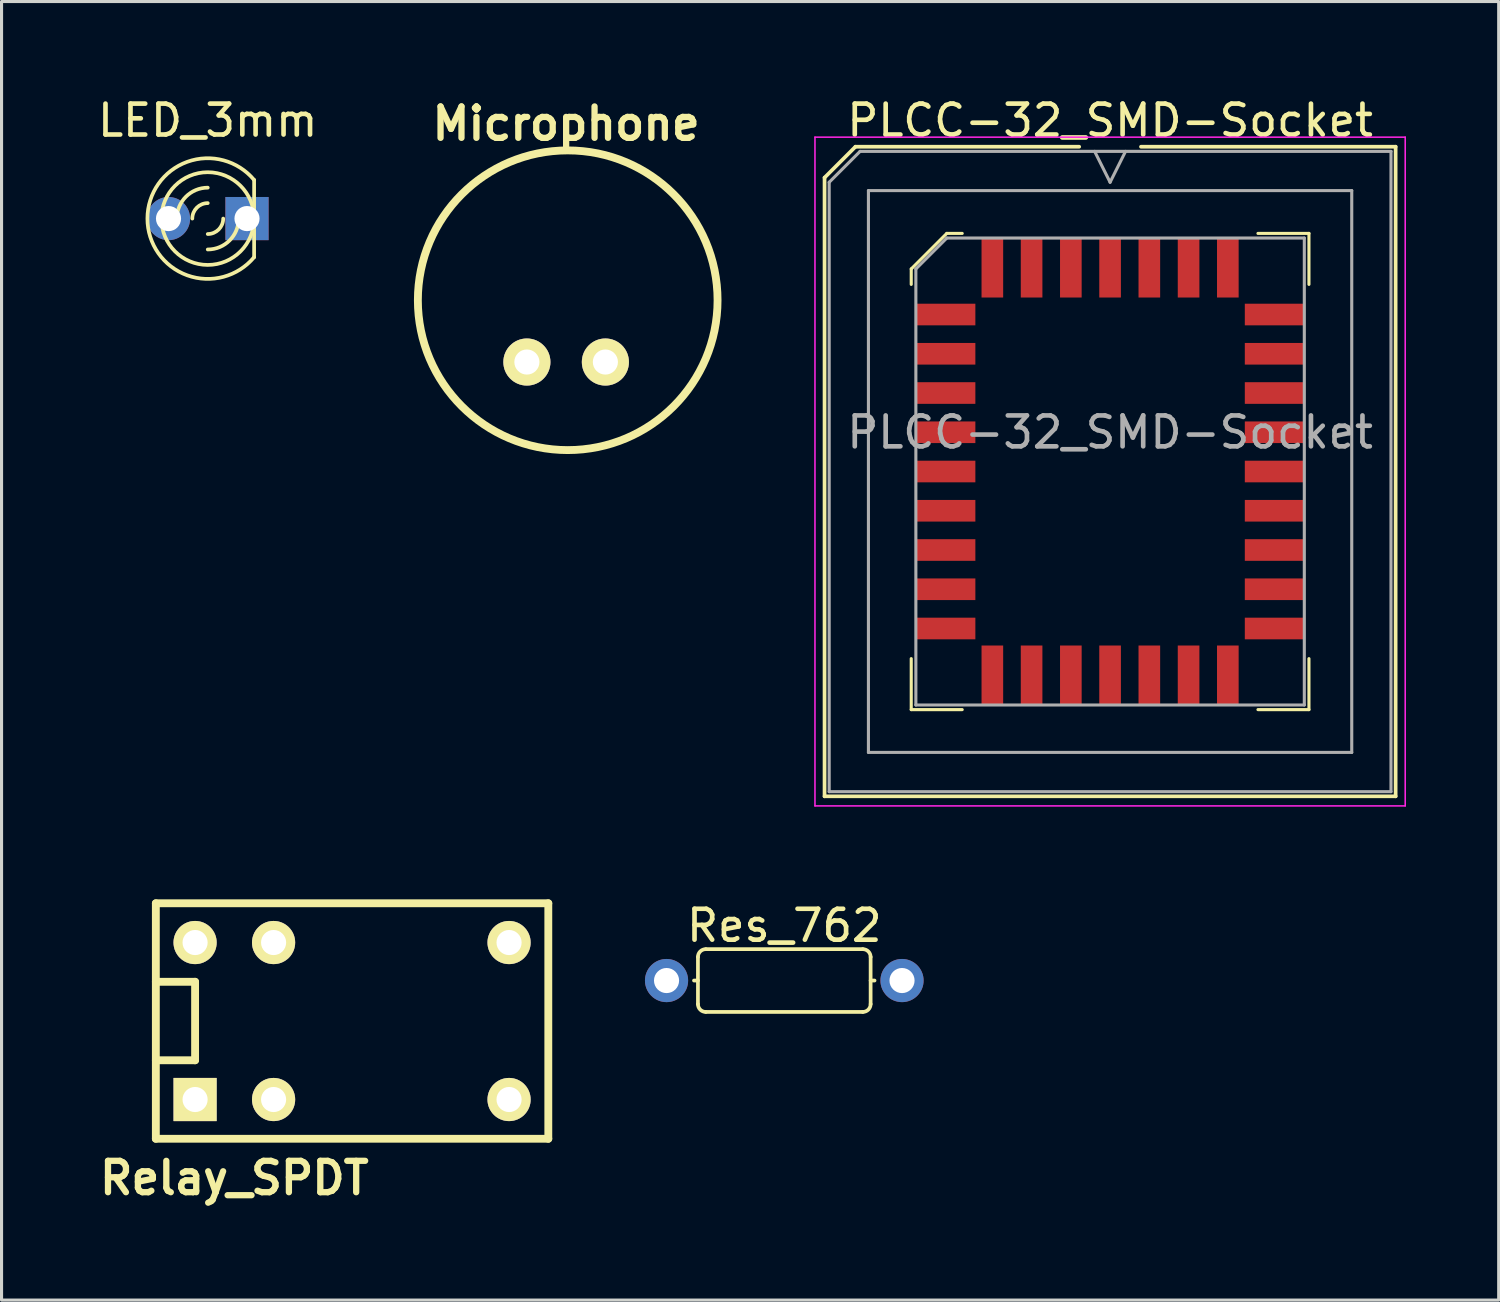
<source format=kicad_pcb>
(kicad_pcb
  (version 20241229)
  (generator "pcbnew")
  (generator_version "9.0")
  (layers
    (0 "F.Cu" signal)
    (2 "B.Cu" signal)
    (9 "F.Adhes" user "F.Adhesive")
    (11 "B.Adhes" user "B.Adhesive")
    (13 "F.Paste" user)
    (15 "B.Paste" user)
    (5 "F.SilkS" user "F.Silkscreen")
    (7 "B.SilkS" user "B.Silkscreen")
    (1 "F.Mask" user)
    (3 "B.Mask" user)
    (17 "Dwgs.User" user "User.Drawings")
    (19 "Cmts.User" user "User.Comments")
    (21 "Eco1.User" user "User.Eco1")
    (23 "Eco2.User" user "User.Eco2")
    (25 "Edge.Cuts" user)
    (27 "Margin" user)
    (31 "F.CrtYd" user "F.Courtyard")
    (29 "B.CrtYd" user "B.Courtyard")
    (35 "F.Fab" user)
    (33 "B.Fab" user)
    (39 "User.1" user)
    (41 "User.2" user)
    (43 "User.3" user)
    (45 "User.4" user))
  (footprint "Relay_SPDT"
    (layer "F.Cu")
    (at 8.343 29.99)
    (property "Reference" "Relay_SPDT" (at -3.81 5.08 0) (layer "F.SilkS") (effects (font (size 1.016 1.016) (thickness 0.203))))
    (attr through_hole)
    (fp_line (start -6.35 -3.81) (end -6.35 3.81) (stroke (width 0.254) (type solid)) (layer "F.SilkS"))
    (fp_line (start -6.35 -1.27) (end -5.08 -1.27) (stroke (width 0.254) (type solid)) (layer "F.SilkS"))
    (fp_line (start -6.35 3.81) (end 6.35 3.81) (stroke (width 0.254) (type solid)) (layer "F.SilkS"))
    (fp_line (start -5.08 -1.27) (end -5.08 1.27) (stroke (width 0.254) (type solid)) (layer "F.SilkS"))
    (fp_line (start -5.08 1.27) (end -6.35 1.27) (stroke (width 0.254) (type solid)) (layer "F.SilkS"))
    (fp_line (start 6.35 -3.81) (end -6.35 -3.81) (stroke (width 0.254) (type solid)) (layer "F.SilkS"))
    (fp_line (start 6.35 3.81) (end 6.35 -3.81) (stroke (width 0.254) (type solid)) (layer "F.SilkS"))
    (pad "1" thru_hole rect (at -5.08 2.54) (size 1.397 1.397) (drill 0.813) (layers "*.Cu" "*.Mask" "F.SilkS"))
    (pad "2" thru_hole circle (at -2.54 2.54) (size 1.397 1.397) (drill 0.813) (layers "*.Cu" "*.Mask" "F.SilkS"))
    (pad "5" thru_hole circle (at 5.08 2.54) (size 1.397 1.397) (drill 0.813) (layers "*.Cu" "*.Mask" "F.SilkS"))
    (pad "6" thru_hole circle (at 5.08 -2.54) (size 1.397 1.397) (drill 0.813) (layers "*.Cu" "*.Mask" "F.SilkS"))
    (pad "9" thru_hole circle (at -2.54 -2.54) (size 1.397 1.397) (drill 0.813) (layers "*.Cu" "*.Mask" "F.SilkS"))
    (pad "10" thru_hole circle (at -5.08 -2.54) (size 1.397 1.397) (drill 0.813) (layers "*.Cu" "*.Mask" "F.SilkS")))
  (footprint "PLCC-32_SMD-Socket"
    (layer "F.Cu")
    (at 32.872 12.208)
    (property "Reference" "PLCC-32_SMD-Socket" (at 0 -11.36 0) (layer "F.SilkS") (effects (font (size 1 1) (thickness 0.15))))
    (attr smd)
    (fp_line (start -9.24 -9.51) (end -9.24 10.51) (stroke (width 0.12) (type solid)) (layer "F.SilkS"))
    (fp_line (start -9.24 10.51) (end 9.24 10.51) (stroke (width 0.12) (type solid)) (layer "F.SilkS"))
    (fp_line (start -8.24 -10.51) (end -9.24 -9.51) (stroke (width 0.12) (type solid)) (layer "F.SilkS"))
    (fp_line (start -6.435 -6.555) (end -6.435 -6.055) (stroke (width 0.1) (type solid)) (layer "F.SilkS"))
    (fp_line (start -6.435 7.705) (end -6.435 6.055) (stroke (width 0.1) (type solid)) (layer "F.SilkS"))
    (fp_line (start -5.285 -7.705) (end -6.435 -6.555) (stroke (width 0.1) (type solid)) (layer "F.SilkS"))
    (fp_line (start -4.785 -7.705) (end -5.285 -7.705) (stroke (width 0.1) (type solid)) (layer "F.SilkS"))
    (fp_line (start -4.785 7.705) (end -6.435 7.705) (stroke (width 0.1) (type solid)) (layer "F.SilkS"))
    (fp_line (start -1 -10.51) (end -8.24 -10.51) (stroke (width 0.12) (type solid)) (layer "F.SilkS"))
    (fp_line (start 4.785 -7.705) (end 6.435 -7.705) (stroke (width 0.1) (type solid)) (layer "F.SilkS"))
    (fp_line (start 4.785 7.705) (end 6.435 7.705) (stroke (width 0.1) (type solid)) (layer "F.SilkS"))
    (fp_line (start 6.435 -7.705) (end 6.435 -6.055) (stroke (width 0.1) (type solid)) (layer "F.SilkS"))
    (fp_line (start 6.435 7.705) (end 6.435 6.055) (stroke (width 0.1) (type solid)) (layer "F.SilkS"))
    (fp_line (start 9.24 -10.51) (end 1 -10.51) (stroke (width 0.12) (type solid)) (layer "F.SilkS"))
    (fp_line (start 9.24 10.51) (end 9.24 -10.51) (stroke (width 0.12) (type solid)) (layer "F.SilkS"))
    (fp_line (start -9.55 -10.82) (end -9.55 10.82) (stroke (width 0.05) (type solid)) (layer "F.CrtYd"))
    (fp_line (start -9.55 10.82) (end 9.55 10.82) (stroke (width 0.05) (type solid)) (layer "F.CrtYd"))
    (fp_line (start 9.55 -10.82) (end -9.55 -10.82) (stroke (width 0.05) (type solid)) (layer "F.CrtYd"))
    (fp_line (start 9.55 10.82) (end 9.55 -10.82) (stroke (width 0.05) (type solid)) (layer "F.CrtYd"))
    (fp_line (start -9.09 -9.36) (end -9.09 10.36) (stroke (width 0.1) (type solid)) (layer "F.Fab"))
    (fp_line (start -9.09 10.36) (end 9.09 10.36) (stroke (width 0.1) (type solid)) (layer "F.Fab"))
    (fp_line (start -8.09 -10.36) (end -9.09 -9.36) (stroke (width 0.1) (type solid)) (layer "F.Fab"))
    (fp_line (start -7.82 -9.09) (end -7.82 9.09) (stroke (width 0.1) (type solid)) (layer "F.Fab"))
    (fp_line (start -7.82 9.09) (end 7.82 9.09) (stroke (width 0.1) (type solid)) (layer "F.Fab"))
    (fp_line (start -6.285 -6.555) (end -6.285 7.555) (stroke (width 0.1) (type solid)) (layer "F.Fab"))
    (fp_line (start -6.285 7.555) (end 6.285 7.555) (stroke (width 0.1) (type solid)) (layer "F.Fab"))
    (fp_line (start -5.285 -7.555) (end -6.285 -6.555) (stroke (width 0.1) (type solid)) (layer "F.Fab"))
    (fp_line (start -0.5 -10.36) (end 0 -9.36) (stroke (width 0.1) (type solid)) (layer "F.Fab"))
    (fp_line (start 0 -9.36) (end 0.5 -10.36) (stroke (width 0.1) (type solid)) (layer "F.Fab"))
    (fp_line (start 6.285 -7.555) (end -5.285 -7.555) (stroke (width 0.1) (type solid)) (layer "F.Fab"))
    (fp_line (start 6.285 7.555) (end 6.285 -7.555) (stroke (width 0.1) (type solid)) (layer "F.Fab"))
    (fp_line (start 7.82 -9.09) (end -7.82 -9.09) (stroke (width 0.1) (type solid)) (layer "F.Fab"))
    (fp_line (start 7.82 9.09) (end 7.82 -9.09) (stroke (width 0.1) (type solid)) (layer "F.Fab"))
    (fp_line (start 9.09 -10.36) (end -8.09 -10.36) (stroke (width 0.1) (type solid)) (layer "F.Fab"))
    (fp_line (start 9.09 10.36) (end 9.09 -10.36) (stroke (width 0.1) (type solid)) (layer "F.Fab"))
    (fp_text user "${REFERENCE}" (at 0 -1.27 0) (layer "F.Fab") (effects (font (size 1 1) (thickness 0.15))))
    (pad "1" smd rect (at 0 -6.593) (size 0.7 1.925) (layers "F.Cu" "F.Mask" "F.Paste"))
    (pad "2" smd rect (at -1.27 -6.593) (size 0.7 1.925) (layers "F.Cu" "F.Mask" "F.Paste"))
    (pad "3" smd rect (at -2.54 -6.593) (size 0.7 1.925) (layers "F.Cu" "F.Mask" "F.Paste"))
    (pad "4" smd rect (at -3.81 -6.593) (size 0.7 1.925) (layers "F.Cu" "F.Mask" "F.Paste"))
    (pad "5" smd rect (at -5.322 -5.08) (size 1.925 0.7) (layers "F.Cu" "F.Mask" "F.Paste"))
    (pad "6" smd rect (at -5.322 -3.81) (size 1.925 0.7) (layers "F.Cu" "F.Mask" "F.Paste"))
    (pad "7" smd rect (at -5.322 -2.54) (size 1.925 0.7) (layers "F.Cu" "F.Mask" "F.Paste"))
    (pad "8" smd rect (at -5.322 -1.27) (size 1.925 0.7) (layers "F.Cu" "F.Mask" "F.Paste"))
    (pad "9" smd rect (at -5.322 0) (size 1.925 0.7) (layers "F.Cu" "F.Mask" "F.Paste"))
    (pad "10" smd rect (at -5.322 1.27) (size 1.925 0.7) (layers "F.Cu" "F.Mask" "F.Paste"))
    (pad "11" smd rect (at -5.322 2.54) (size 1.925 0.7) (layers "F.Cu" "F.Mask" "F.Paste"))
    (pad "12" smd rect (at -5.322 3.81) (size 1.925 0.7) (layers "F.Cu" "F.Mask" "F.Paste"))
    (pad "13" smd rect (at -5.322 5.08) (size 1.925 0.7) (layers "F.Cu" "F.Mask" "F.Paste"))
    (pad "14" smd rect (at -3.81 6.593) (size 0.7 1.925) (layers "F.Cu" "F.Mask" "F.Paste"))
    (pad "15" smd rect (at -2.54 6.593) (size 0.7 1.925) (layers "F.Cu" "F.Mask" "F.Paste"))
    (pad "16" smd rect (at -1.27 6.593) (size 0.7 1.925) (layers "F.Cu" "F.Mask" "F.Paste"))
    (pad "17" smd rect (at 0 6.593) (size 0.7 1.925) (layers "F.Cu" "F.Mask" "F.Paste"))
    (pad "18" smd rect (at 1.27 6.593) (size 0.7 1.925) (layers "F.Cu" "F.Mask" "F.Paste"))
    (pad "19" smd rect (at 2.54 6.593) (size 0.7 1.925) (layers "F.Cu" "F.Mask" "F.Paste"))
    (pad "20" smd rect (at 3.81 6.593) (size 0.7 1.925) (layers "F.Cu" "F.Mask" "F.Paste"))
    (pad "21" smd rect (at 5.322 5.08) (size 1.925 0.7) (layers "F.Cu" "F.Mask" "F.Paste"))
    (pad "22" smd rect (at 5.322 3.81) (size 1.925 0.7) (layers "F.Cu" "F.Mask" "F.Paste"))
    (pad "23" smd rect (at 5.322 2.54) (size 1.925 0.7) (layers "F.Cu" "F.Mask" "F.Paste"))
    (pad "24" smd rect (at 5.322 1.27) (size 1.925 0.7) (layers "F.Cu" "F.Mask" "F.Paste"))
    (pad "25" smd rect (at 5.322 0) (size 1.925 0.7) (layers "F.Cu" "F.Mask" "F.Paste"))
    (pad "26" smd rect (at 5.322 -1.27) (size 1.925 0.7) (layers "F.Cu" "F.Mask" "F.Paste"))
    (pad "27" smd rect (at 5.322 -2.54) (size 1.925 0.7) (layers "F.Cu" "F.Mask" "F.Paste"))
    (pad "28" smd rect (at 5.322 -3.81) (size 1.925 0.7) (layers "F.Cu" "F.Mask" "F.Paste"))
    (pad "29" smd rect (at 5.322 -5.08) (size 1.925 0.7) (layers "F.Cu" "F.Mask" "F.Paste"))
    (pad "30" smd rect (at 3.81 -6.593) (size 0.7 1.925) (layers "F.Cu" "F.Mask" "F.Paste"))
    (pad "31" smd rect (at 2.54 -6.593) (size 0.7 1.925) (layers "F.Cu" "F.Mask" "F.Paste"))
    (pad "32" smd rect (at 1.27 -6.593) (size 0.7 1.925) (layers "F.Cu" "F.Mask" "F.Paste")))
  (footprint "Res_762"
    (layer "F.Cu")
    (at 22.329 28.68)
    (property "Reference" "Res_762" (at 0 -1.778 0) (layer "F.SilkS") (effects (font (size 1 1) (thickness 0.15))))
    (attr through_hole)
    (fp_line (start -2.794 0) (end -2.921 0) (stroke (width 0.12) (type solid)) (layer "F.SilkS"))
    (fp_line (start -2.794 0.762) (end -2.794 -0.762) (stroke (width 0.12) (type solid)) (layer "F.SilkS"))
    (fp_line (start -2.54 -1.016) (end 2.54 -1.016) (stroke (width 0.12) (type solid)) (layer "F.SilkS"))
    (fp_line (start 2.54 1.016) (end -2.54 1.016) (stroke (width 0.12) (type solid)) (layer "F.SilkS"))
    (fp_line (start 2.794 -0.762) (end 2.794 0.762) (stroke (width 0.12) (type solid)) (layer "F.SilkS"))
    (fp_line (start 2.794 0) (end 2.921 0) (stroke (width 0.12) (type solid)) (layer "F.SilkS"))
    (fp_arc (start -2.794 -0.762) (mid -2.719605 -0.941605) (end -2.54 -1.016) (stroke (width 0.12) (type solid)) (layer "F.SilkS"))
    (fp_arc (start -2.54 1.016) (mid -2.719605 0.941605) (end -2.794 0.762) (stroke (width 0.12) (type solid)) (layer "F.SilkS"))
    (fp_arc (start 2.54 -1.016) (mid 2.719605 -0.941605) (end 2.794 -0.762) (stroke (width 0.12) (type solid)) (layer "F.SilkS"))
    (fp_arc (start 2.794 0.762) (mid 2.719605 0.941605) (end 2.54 1.016) (stroke (width 0.12) (type solid)) (layer "F.SilkS"))
    (pad "1" thru_hole circle (at -3.81 0) (size 1.397 1.397) (drill 0.813) (layers "*.Cu" "*.Mask"))
    (pad "2" thru_hole circle (at 3.81 0) (size 1.397 1.397) (drill 0.813) (layers "*.Cu" "*.Mask")))
  (footprint "Microphone"
    (layer "F.Cu")
    (at 15.27 6.666)
    (property "Reference" "Microphone" (at 0 -5.715 0) (layer "F.SilkS") (effects (font (size 1.016 1.016) (thickness 0.203))))
    (attr through_hole)
    (fp_circle (center 0.051 0) (end 0.051 -4.849) (stroke (width 0.254) (type solid)) (fill no) (layer "F.SilkS"))
    (pad "1" thru_hole circle (at -1.27 1.999) (size 1.524 1.524) (drill 0.813) (layers "*.Cu" "*.Mask" "F.SilkS"))
    (pad "2" thru_hole circle (at 1.27 1.999) (size 1.524 1.524) (drill 0.813) (layers "*.Cu" "*.Mask" "F.SilkS")))
  (footprint "LED_3mm"
    (layer "F.Cu")
    (at 3.673 4.023)
    (property "Reference" "LED_3mm" (at 0 -3.175 0) (layer "F.SilkS") (effects (font (size 1 1) (thickness 0.15))))
    (attr through_hole)
    (fp_line (start 1.5 -1.25) (end 1.5 1.25) (stroke (width 0.12) (type solid)) (layer "F.SilkS"))
    (fp_arc (start -1 0) (mid -0.707107 -0.707107) (end 0 -1) (stroke (width 0.12) (type solid)) (layer "F.SilkS"))
    (fp_arc (start -0.5 0) (mid -0.353553 -0.353553) (end 0 -0.5) (stroke (width 0.12) (type solid)) (layer "F.SilkS"))
    (fp_arc (start 0.5 0) (mid 0.353553 0.353553) (end 0 0.5) (stroke (width 0.12) (type solid)) (layer "F.SilkS"))
    (fp_arc (start 1 0) (mid 0.707107 0.707107) (end 0 1) (stroke (width 0.12) (type solid)) (layer "F.SilkS"))
    (fp_arc (start 1.499999 1.249999) (mid -1.952561 0) (end 1.499999 -1.249999) (stroke (width 0.12) (type solid)) (layer "F.SilkS"))
    (fp_circle (center 0 0) (end 0 -1.5) (stroke (width 0.12) (type solid)) (fill no) (layer "F.SilkS"))
    (pad "1" thru_hole rect (at 1.27 0) (size 1.397 1.397) (drill 0.813) (layers "*.Cu" "*.Mask"))
    (pad "2" thru_hole circle (at -1.27 0) (size 1.397 1.397) (drill 0.813) (layers "*.Cu" "*.Mask")))
  (gr_rect
    (start -3 -3)
    (end 45.447 39.021)
    (stroke (width 0.1) (type default))
    (fill no)
    (layer "Edge.Cuts")))
</source>
